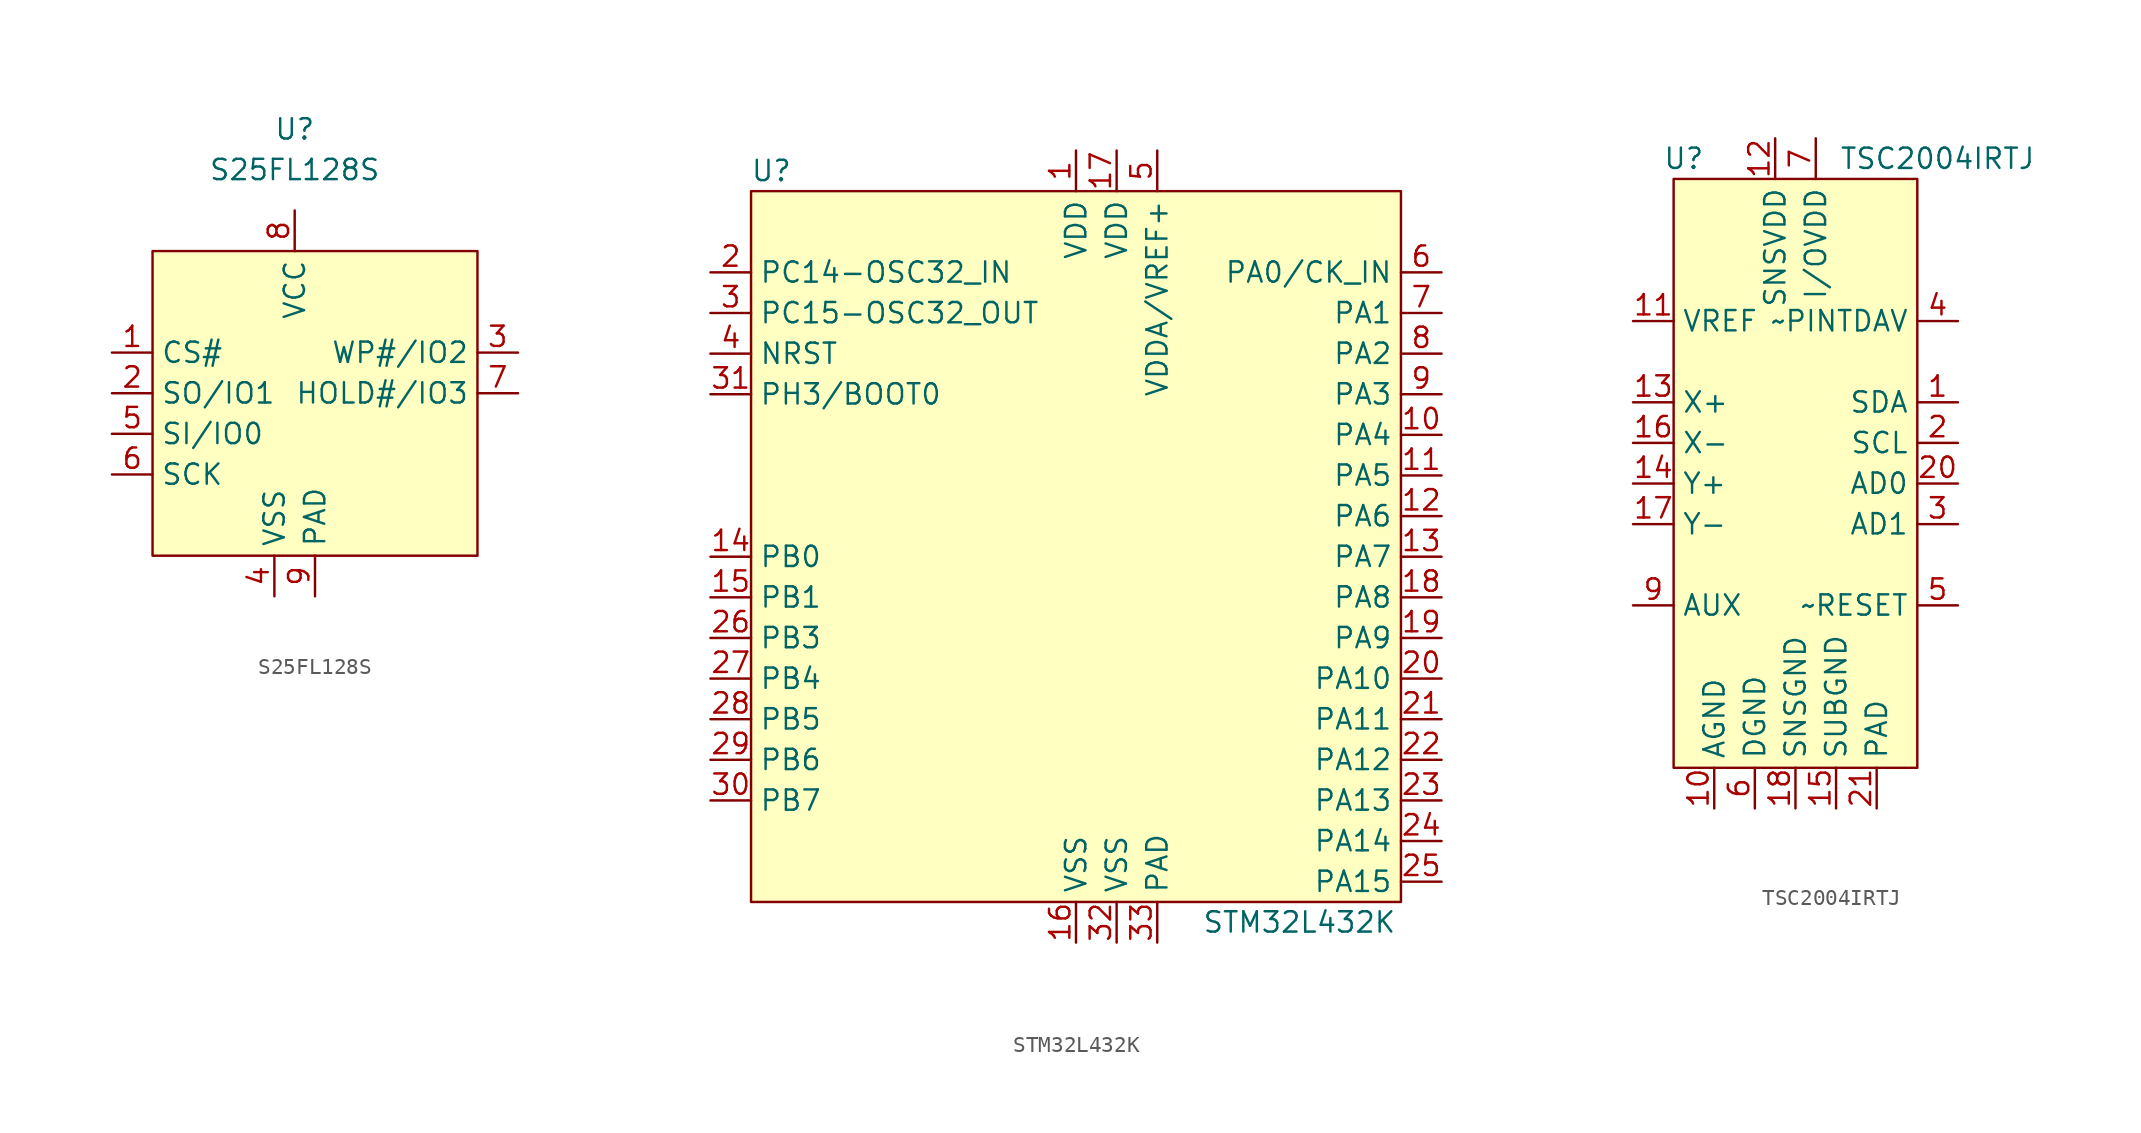
<source format=kicad_sym>
(kicad_symbol_lib
  (version 20211014)
  (generator kicad_symbol_editor)
  (symbol "S25FL128S"
    (property "Reference" "U"
      (at 0 17.78 0)
      (effects (font (size 1.27 1.27))))
    (property "Value" "S25FL128S"
      (at 0 15.24 0)
      (effects (font (size 1.27 1.27))))
    (symbol "S25FL128S_0_1"
      (rectangle (start -8.89 10.16) (end 11.43 -8.89) (stroke (width 0) (type default) (color 0 0 0 0)) (fill (type background))))
    (symbol "S25FL128S_1_1"
      (pin input line (at -11.43 3.81 0) (length 2.54) (name "CS#" (effects (font (size 1.27 1.27)))) (number "1" (effects (font (size 1.27 1.27)))))
      (pin input line (at -11.43 1.27 0) (length 2.54) (name "SO/IO1" (effects (font (size 1.27 1.27)))) (number "2" (effects (font (size 1.27 1.27)))))
      (pin input line (at 13.97 3.81 180) (length 2.54) (name "WP#/IO2" (effects (font (size 1.27 1.27)))) (number "3" (effects (font (size 1.27 1.27)))))
      (pin power_in line (at -1.27 -11.43 90) (length 2.54) (name "VSS" (effects (font (size 1.27 1.27)))) (number "4" (effects (font (size 1.27 1.27)))))
      (pin input line (at -11.43 -1.27 0) (length 2.54) (name "SI/IO0" (effects (font (size 1.27 1.27)))) (number "5" (effects (font (size 1.27 1.27)))))
      (pin input line (at -11.43 -3.81 0) (length 2.54) (name "SCK" (effects (font (size 1.27 1.27)))) (number "6" (effects (font (size 1.27 1.27)))))
      (pin input line (at 13.97 1.27 180) (length 2.54) (name "HOLD#/IO3" (effects (font (size 1.27 1.27)))) (number "7" (effects (font (size 1.27 1.27)))))
      (pin power_in line (at 0 12.7 270) (length 2.54) (name "VCC" (effects (font (size 1.27 1.27)))) (number "8" (effects (font (size 1.27 1.27)))))
      (pin free line (at 1.27 -11.43 90) (length 2.54) (name "PAD" (effects (font (size 1.27 1.27)))) (number "9" (effects (font (size 1.27 1.27)))))))
  (symbol "STM32L432K"
    (property "Reference" "U"
      (at -19.05 24.13 0)
      (effects (font (size 1.27 1.27))))
    (property "Value" "STM32L432K"
      (at 13.97 -22.86 0)
      (effects (font (size 1.27 1.27))))
    (symbol "STM32L432K_0_0"
      (pin input line (at 0 25.4 270) (length 2.54) (name "VDD" (effects (font (size 1.27 1.27)))) (number "1" (effects (font (size 1.27 1.27)))))
      (pin bidirectional line (at 22.86 7.62 180) (length 2.54) (name "PA4" (effects (font (size 1.27 1.27)))) (number "10" (effects (font (size 1.27 1.27)))))
      (pin bidirectional line (at 22.86 5.08 180) (length 2.54) (name "PA5" (effects (font (size 1.27 1.27)))) (number "11" (effects (font (size 1.27 1.27)))))
      (pin bidirectional line (at 22.86 2.54 180) (length 2.54) (name "PA6" (effects (font (size 1.27 1.27)))) (number "12" (effects (font (size 1.27 1.27)))))
      (pin bidirectional line (at 22.86 0 180) (length 2.54) (name "PA7" (effects (font (size 1.27 1.27)))) (number "13" (effects (font (size 1.27 1.27)))))
      (pin bidirectional line (at -22.86 0 0) (length 2.54) (name "PB0" (effects (font (size 1.27 1.27)))) (number "14" (effects (font (size 1.27 1.27)))))
      (pin bidirectional line (at -22.86 -2.54 0) (length 2.54) (name "PB1" (effects (font (size 1.27 1.27)))) (number "15" (effects (font (size 1.27 1.27)))))
      (pin input line (at 0 -24.13 90) (length 2.54) (name "VSS" (effects (font (size 1.27 1.27)))) (number "16" (effects (font (size 1.27 1.27)))))
      (pin input line (at 2.54 25.4 270) (length 2.54) (name "VDD" (effects (font (size 1.27 1.27)))) (number "17" (effects (font (size 1.27 1.27)))))
      (pin bidirectional line (at 22.86 -2.54 180) (length 2.54) (name "PA8" (effects (font (size 1.27 1.27)))) (number "18" (effects (font (size 1.27 1.27)))))
      (pin bidirectional line (at 22.86 -5.08 180) (length 2.54) (name "PA9" (effects (font (size 1.27 1.27)))) (number "19" (effects (font (size 1.27 1.27)))))
      (pin input line (at -22.86 17.78 0) (length 2.54) (name "PC14-OSC32_IN" (effects (font (size 1.27 1.27)))) (number "2" (effects (font (size 1.27 1.27)))))
      (pin bidirectional line (at 22.86 -7.62 180) (length 2.54) (name "PA10" (effects (font (size 1.27 1.27)))) (number "20" (effects (font (size 1.27 1.27)))))
      (pin bidirectional line (at 22.86 -10.16 180) (length 2.54) (name "PA11" (effects (font (size 1.27 1.27)))) (number "21" (effects (font (size 1.27 1.27)))))
      (pin bidirectional line (at 22.86 -12.7 180) (length 2.54) (name "PA12" (effects (font (size 1.27 1.27)))) (number "22" (effects (font (size 1.27 1.27)))))
      (pin bidirectional line (at 22.86 -15.24 180) (length 2.54) (name "PA13" (effects (font (size 1.27 1.27)))) (number "23" (effects (font (size 1.27 1.27)))))
      (pin bidirectional line (at 22.86 -17.78 180) (length 2.54) (name "PA14" (effects (font (size 1.27 1.27)))) (number "24" (effects (font (size 1.27 1.27)))))
      (pin bidirectional line (at 22.86 -20.32 180) (length 2.54) (name "PA15" (effects (font (size 1.27 1.27)))) (number "25" (effects (font (size 1.27 1.27)))))
      (pin bidirectional line (at -22.86 -5.08 0) (length 2.54) (name "PB3" (effects (font (size 1.27 1.27)))) (number "26" (effects (font (size 1.27 1.27)))))
      (pin bidirectional line (at -22.86 -7.62 0) (length 2.54) (name "PB4" (effects (font (size 1.27 1.27)))) (number "27" (effects (font (size 1.27 1.27)))))
      (pin bidirectional line (at -22.86 -10.16 0) (length 2.54) (name "PB5" (effects (font (size 1.27 1.27)))) (number "28" (effects (font (size 1.27 1.27)))))
      (pin bidirectional line (at -22.86 -12.7 0) (length 2.54) (name "PB6" (effects (font (size 1.27 1.27)))) (number "29" (effects (font (size 1.27 1.27)))))
      (pin output line (at -22.86 15.24 0) (length 2.54) (name "PC15-OSC32_OUT" (effects (font (size 1.27 1.27)))) (number "3" (effects (font (size 1.27 1.27)))))
      (pin bidirectional line (at -22.86 -15.24 0) (length 2.54) (name "PB7" (effects (font (size 1.27 1.27)))) (number "30" (effects (font (size 1.27 1.27)))))
      (pin bidirectional line (at -22.86 10.16 0) (length 2.54) (name "PH3/BOOT0" (effects (font (size 1.27 1.27)))) (number "31" (effects (font (size 1.27 1.27)))))
      (pin input line (at 2.54 -24.13 90) (length 2.54) (name "VSS" (effects (font (size 1.27 1.27)))) (number "32" (effects (font (size 1.27 1.27)))))
      (pin input line (at 5.08 -24.13 90) (length 2.54) (name "PAD" (effects (font (size 1.27 1.27)))) (number "33" (effects (font (size 1.27 1.27)))))
      (pin input line (at -22.86 12.7 0) (length 2.54) (name "NRST" (effects (font (size 1.27 1.27)))) (number "4" (effects (font (size 1.27 1.27)))))
      (pin input line (at 5.08 25.4 270) (length 2.54) (name "VDDA/VREF+" (effects (font (size 1.27 1.27)))) (number "5" (effects (font (size 1.27 1.27)))))
      (pin bidirectional line (at 22.86 17.78 180) (length 2.54) (name "PA0/CK_IN" (effects (font (size 1.27 1.27)))) (number "6" (effects (font (size 1.27 1.27)))))
      (pin bidirectional line (at 22.86 15.24 180) (length 2.54) (name "PA1" (effects (font (size 1.27 1.27)))) (number "7" (effects (font (size 1.27 1.27)))))
      (pin bidirectional line (at 22.86 12.7 180) (length 2.54) (name "PA2" (effects (font (size 1.27 1.27)))) (number "8" (effects (font (size 1.27 1.27)))))
      (pin bidirectional line (at 22.86 10.16 180) (length 2.54) (name "PA3" (effects (font (size 1.27 1.27)))) (number "9" (effects (font (size 1.27 1.27))))))
    (symbol "STM32L432K_0_1"
      (rectangle (start -20.32 22.86) (end 20.32 -21.59) (stroke (width 0) (type default) (color 0 0 0 0)) (fill (type background)))))
  (symbol "TSC2004IRTJ"
    (property "Reference" "U"
      (at -6.985 17.78 0)
      (effects (font (size 1.27 1.27))))
    (property "Value" "TSC2004IRTJ"
      (at 8.89 17.78 0)
      (effects (font (size 1.27 1.27))))
    (symbol "TSC2004IRTJ_0_0"
      (pin unspecified line (at 10.16 2.54 180) (length 2.54) (name "SDA" (effects (font (size 1.27 1.27)))) (number "1" (effects (font (size 1.27 1.27)))))
      (pin unspecified line (at -5.08 -22.86 90) (length 2.54) (name "AGND" (effects (font (size 1.27 1.27)))) (number "10" (effects (font (size 1.27 1.27)))))
      (pin unspecified line (at -10.16 7.62 0) (length 2.54) (name "VREF" (effects (font (size 1.27 1.27)))) (number "11" (effects (font (size 1.27 1.27)))))
      (pin unspecified line (at -1.27 19.05 270) (length 2.54) (name "SNSVDD" (effects (font (size 1.27 1.27)))) (number "12" (effects (font (size 1.27 1.27)))))
      (pin unspecified line (at -10.16 2.54 0) (length 2.54) (name "X+" (effects (font (size 1.27 1.27)))) (number "13" (effects (font (size 1.27 1.27)))))
      (pin unspecified line (at -10.16 -2.54 0) (length 2.54) (name "Y+" (effects (font (size 1.27 1.27)))) (number "14" (effects (font (size 1.27 1.27)))))
      (pin unspecified line (at 2.54 -22.86 90) (length 2.54) (name "SUBGND" (effects (font (size 1.27 1.27)))) (number "15" (effects (font (size 1.27 1.27)))))
      (pin unspecified line (at -10.16 0 0) (length 2.54) (name "X-" (effects (font (size 1.27 1.27)))) (number "16" (effects (font (size 1.27 1.27)))))
      (pin unspecified line (at -10.16 -5.08 0) (length 2.54) (name "Y-" (effects (font (size 1.27 1.27)))) (number "17" (effects (font (size 1.27 1.27)))))
      (pin unspecified line (at 0 -22.86 90) (length 2.54) (name "SNSGND" (effects (font (size 1.27 1.27)))) (number "18" (effects (font (size 1.27 1.27)))))
      (pin unspecified line (at -10.16 -7.62 0) (length 2.54) hide (name "NC" (effects (font (size 1.27 1.27)))) (number "19" (effects (font (size 1.27 1.27)))))
      (pin unspecified line (at 10.16 0 180) (length 2.54) (name "SCL" (effects (font (size 1.27 1.27)))) (number "2" (effects (font (size 1.27 1.27)))))
      (pin unspecified line (at 10.16 -2.54 180) (length 2.54) (name "AD0" (effects (font (size 1.27 1.27)))) (number "20" (effects (font (size 1.27 1.27)))))
      (pin unspecified line (at 5.08 -22.86 90) (length 2.54) (name "PAD" (effects (font (size 1.27 1.27)))) (number "21" (effects (font (size 1.27 1.27)))))
      (pin unspecified line (at 10.16 -5.08 180) (length 2.54) (name "AD1" (effects (font (size 1.27 1.27)))) (number "3" (effects (font (size 1.27 1.27)))))
      (pin unspecified line (at 10.16 7.62 180) (length 2.54) (name "~PINTDAV" (effects (font (size 1.27 1.27)))) (number "4" (effects (font (size 1.27 1.27)))))
      (pin unspecified line (at 10.16 -10.16 180) (length 2.54) (name "~RESET" (effects (font (size 1.27 1.27)))) (number "5" (effects (font (size 1.27 1.27)))))
      (pin unspecified line (at -2.54 -22.86 90) (length 2.54) (name "DGND" (effects (font (size 1.27 1.27)))) (number "6" (effects (font (size 1.27 1.27)))))
      (pin unspecified line (at 1.27 19.05 270) (length 2.54) (name "I/OVDD" (effects (font (size 1.27 1.27)))) (number "7" (effects (font (size 1.27 1.27)))))
      (pin unspecified line (at 10.16 -7.62 180) (length 2.54) hide (name "NC" (effects (font (size 1.27 1.27)))) (number "8" (effects (font (size 1.27 1.27)))))
      (pin unspecified line (at -10.16 -10.16 0) (length 2.54) (name "AUX" (effects (font (size 1.27 1.27)))) (number "9" (effects (font (size 1.27 1.27))))))
    (symbol "TSC2004IRTJ_0_1"
      (rectangle (start -7.62 16.51) (end 7.62 -20.32) (stroke (width 0) (type default) (color 0 0 0 0)) (fill (type background))))))
</source>
